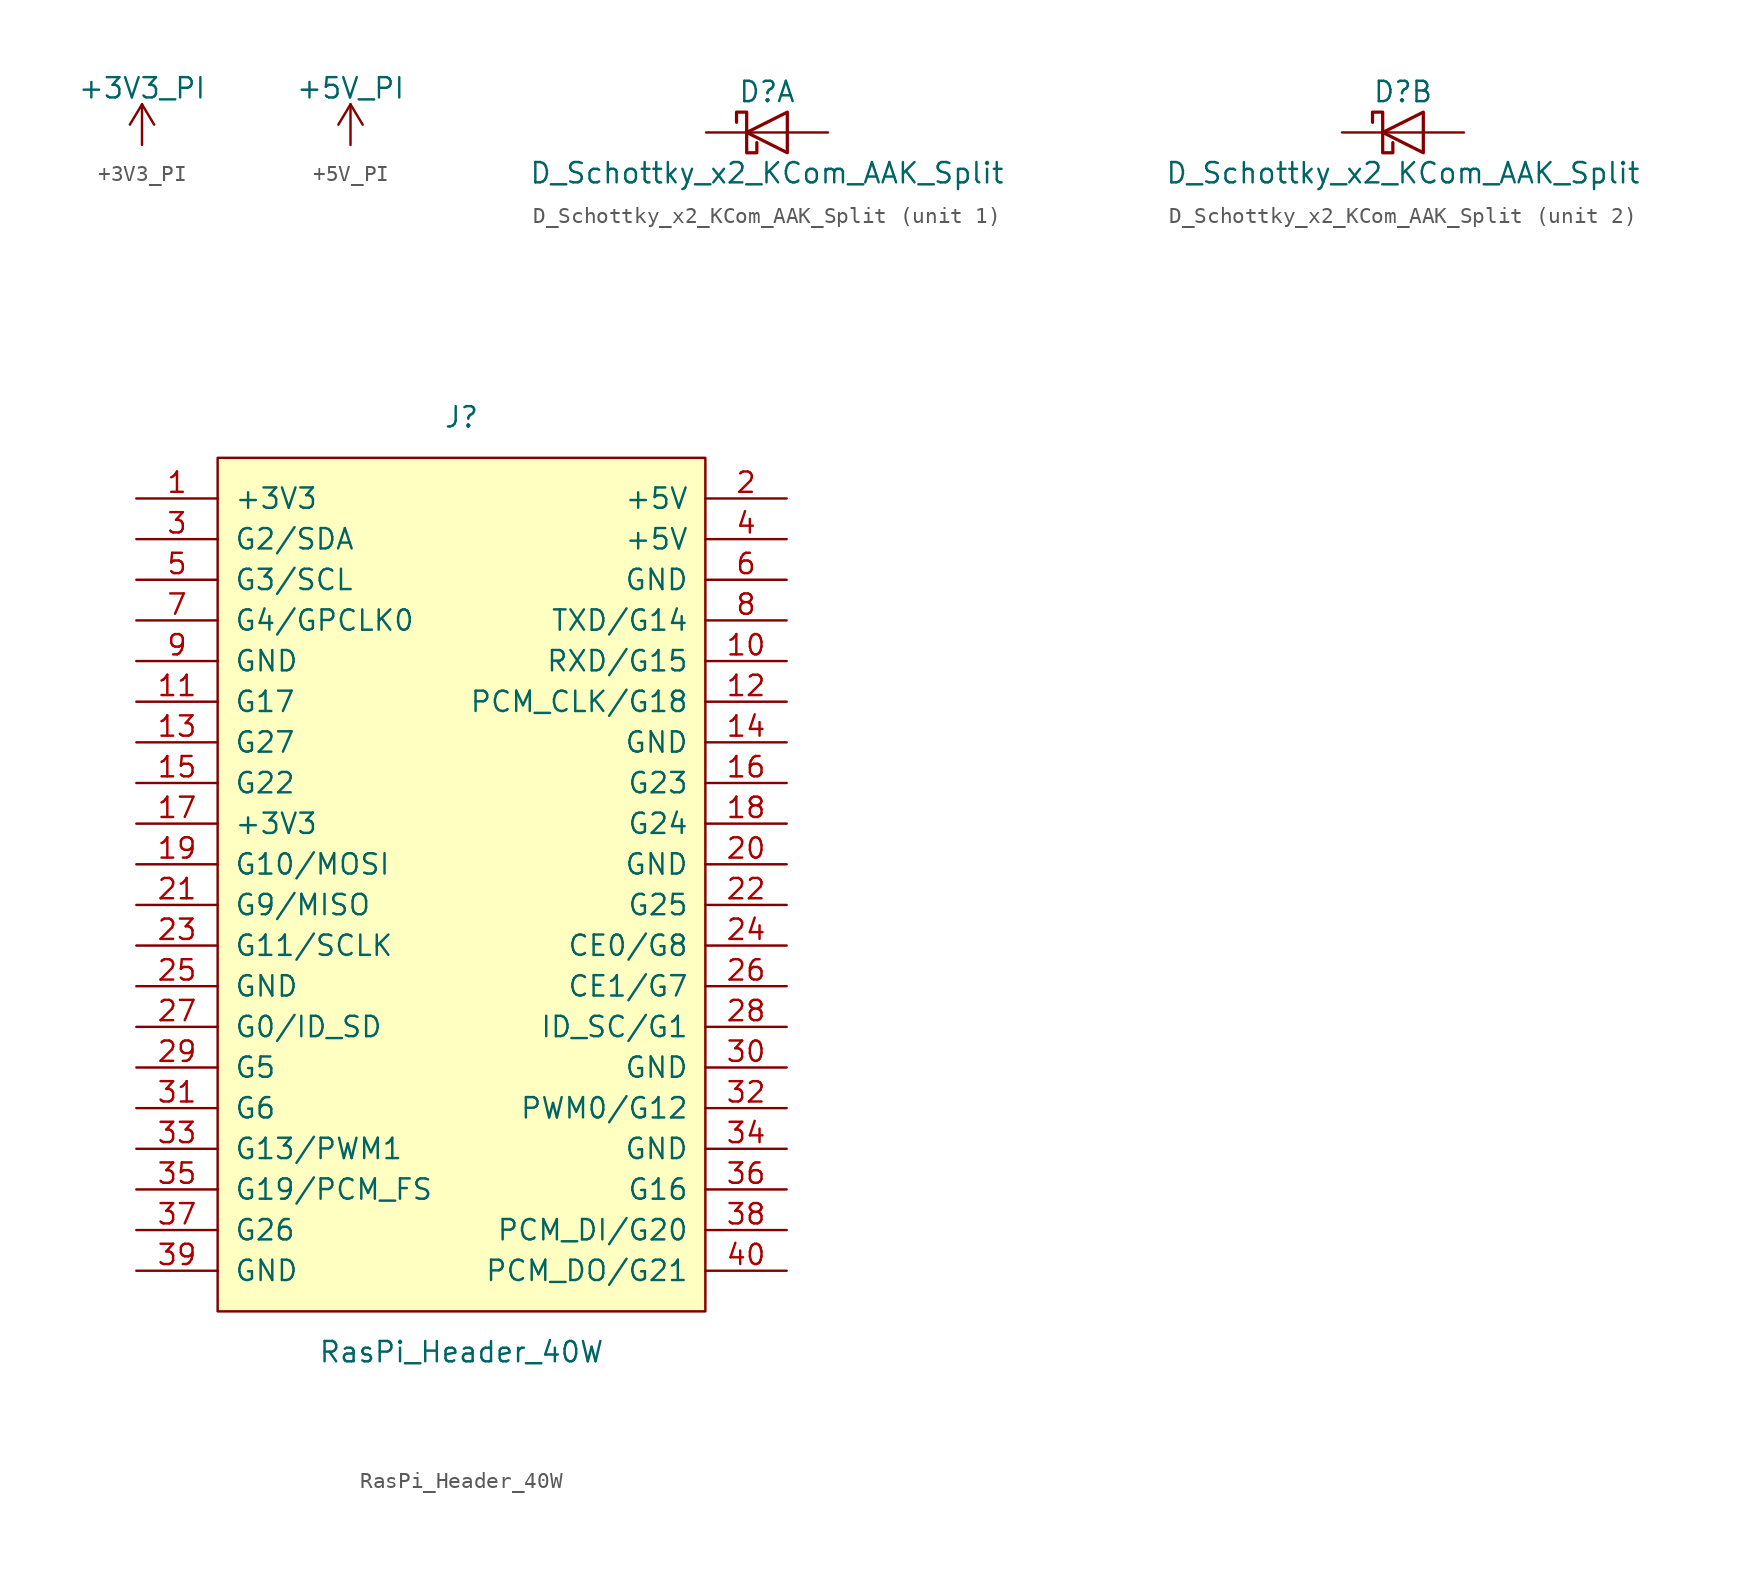
<source format=kicad_sym>
(kicad_symbol_lib
  (version 20211014)
  (generator kicad_symbol_editor)
  (symbol "+3V3_PI"
    (power)
    (pin_names
      (offset 0))
    (property "Reference" "#PWR"
      (at 0 -3.81 0)
      (effects (font (size 1.27 1.27)) hide))
    (property "Value" "+3V3_PI"
      (at 0 3.556 0)
      (effects (font (size 1.27 1.27))))
    (symbol "+3V3_PI_0_1"
      (polyline (pts (xy -0.762 1.27) (xy 0 2.54)) (stroke (width 0) (type default) (color 0 0 0 0)) (fill (type none)))
      (polyline (pts (xy 0 0) (xy 0 2.54)) (stroke (width 0) (type default) (color 0 0 0 0)) (fill (type none)))
      (polyline (pts (xy 0 2.54) (xy 0.762 1.27)) (stroke (width 0) (type default) (color 0 0 0 0)) (fill (type none))))
    (symbol "+3V3_PI_1_1"
      (pin power_in line (at 0 0 90) (length 0) hide (name "+3V3_PI" (effects (font (size 1.27 1.27)))) (number "1" (effects (font (size 1.27 1.27)))))))
  (symbol "+5V_PI"
    (power)
    (pin_names
      (offset 0))
    (property "Reference" "#PWR"
      (at 0 -3.81 0)
      (effects (font (size 1.27 1.27)) hide))
    (property "Value" "+5V_PI"
      (at 0 3.556 0)
      (effects (font (size 1.27 1.27))))
    (symbol "+5V_PI_0_1"
      (polyline (pts (xy -0.762 1.27) (xy 0 2.54)) (stroke (width 0) (type default) (color 0 0 0 0)) (fill (type none)))
      (polyline (pts (xy 0 0) (xy 0 2.54)) (stroke (width 0) (type default) (color 0 0 0 0)) (fill (type none)))
      (polyline (pts (xy 0 2.54) (xy 0.762 1.27)) (stroke (width 0) (type default) (color 0 0 0 0)) (fill (type none))))
    (symbol "+5V_PI_1_1"
      (pin power_in line (at 0 0 90) (length 0) hide (name "+5V_PI" (effects (font (size 1.27 1.27)))) (number "1" (effects (font (size 1.27 1.27)))))))
  (symbol "D_Schottky_x2_KCom_AAK_Split"
    (pin_numbers hide)
    (pin_names
      (offset 1.016) hide)
    (property "Reference" "D"
      (at 0 2.54 0)
      (effects (font (size 1.27 1.27))))
    (property "Value" "D_Schottky_x2_KCom_AAK_Split"
      (at 0 -2.54 0)
      (effects (font (size 1.27 1.27))))
    (symbol "D_Schottky_x2_KCom_AAK_Split_0_1"
      (polyline (pts (xy 1.27 0) (xy -1.27 0)) (stroke (width 0) (type default) (color 0 0 0 0)) (fill (type none)))
      (polyline (pts (xy 1.27 1.27) (xy 1.27 -1.27) (xy -1.27 0) (xy 1.27 1.27)) (stroke (width 0.203) (type default) (color 0 0 0 0)) (fill (type none)))
      (polyline (pts (xy -1.905 0.635) (xy -1.905 1.27) (xy -1.27 1.27) (xy -1.27 -1.27) (xy -0.635 -1.27) (xy -0.635 -0.635)) (stroke (width 0.203) (type default) (color 0 0 0 0)) (fill (type none))))
    (symbol "D_Schottky_x2_KCom_AAK_Split_1_1"
      (pin passive line (at 3.81 0 180) (length 2.54) (name "A" (effects (font (size 1.27 1.27)))) (number "1" (effects (font (size 1.27 1.27)))))
      (pin passive line (at -3.81 0 0) (length 2.54) (name "K" (effects (font (size 1.27 1.27)))) (number "3" (effects (font (size 1.27 1.27))))))
    (symbol "D_Schottky_x2_KCom_AAK_Split_2_1"
      (pin passive line (at 3.81 0 180) (length 2.54) (name "A" (effects (font (size 1.27 1.27)))) (number "2" (effects (font (size 1.27 1.27)))))
      (pin passive line (at -3.81 0 0) (length 2.54) (name "K" (effects (font (size 1.27 1.27)))) (number "3" (effects (font (size 1.27 1.27)))))))
  (symbol "RasPi_Header_40W"
    (pin_names
      (offset 1.016))
    (property "Reference" "J"
      (at 0 12.7 0)
      (effects (font (size 1.27 1.27))))
    (property "Value" "RasPi_Header_40W"
      (at 0 -45.72 0)
      (effects (font (size 1.27 1.27))))
    (symbol "RasPi_Header_40W_0_1"
      (rectangle (start -15.24 10.16) (end 15.24 -43.18) (stroke (width 0) (type default) (color 0 0 0 0)) (fill (type background))))
    (symbol "RasPi_Header_40W_1_1"
      (pin passive line (at -20.32 7.62 0) (length 5.08) (name "+3V3" (effects (font (size 1.27 1.27)))) (number "1" (effects (font (size 1.27 1.27)))))
      (pin tri_state line (at 20.32 -2.54 180) (length 5.08) (name "RXD/G15" (effects (font (size 1.27 1.27)))) (number "10" (effects (font (size 1.27 1.27)))))
      (pin tri_state line (at -20.32 -5.08 0) (length 5.08) (name "G17" (effects (font (size 1.27 1.27)))) (number "11" (effects (font (size 1.27 1.27)))))
      (pin tri_state line (at 20.32 -5.08 180) (length 5.08) (name "PCM_CLK/G18" (effects (font (size 1.27 1.27)))) (number "12" (effects (font (size 1.27 1.27)))))
      (pin tri_state line (at -20.32 -7.62 0) (length 5.08) (name "G27" (effects (font (size 1.27 1.27)))) (number "13" (effects (font (size 1.27 1.27)))))
      (pin passive line (at 20.32 -7.62 180) (length 5.08) (name "GND" (effects (font (size 1.27 1.27)))) (number "14" (effects (font (size 1.27 1.27)))))
      (pin tri_state line (at -20.32 -10.16 0) (length 5.08) (name "G22" (effects (font (size 1.27 1.27)))) (number "15" (effects (font (size 1.27 1.27)))))
      (pin tri_state line (at 20.32 -10.16 180) (length 5.08) (name "G23" (effects (font (size 1.27 1.27)))) (number "16" (effects (font (size 1.27 1.27)))))
      (pin passive line (at -20.32 -12.7 0) (length 5.08) (name "+3V3" (effects (font (size 1.27 1.27)))) (number "17" (effects (font (size 1.27 1.27)))))
      (pin tri_state line (at 20.32 -12.7 180) (length 5.08) (name "G24" (effects (font (size 1.27 1.27)))) (number "18" (effects (font (size 1.27 1.27)))))
      (pin tri_state line (at -20.32 -15.24 0) (length 5.08) (name "G10/MOSI" (effects (font (size 1.27 1.27)))) (number "19" (effects (font (size 1.27 1.27)))))
      (pin passive line (at 20.32 7.62 180) (length 5.08) (name "+5V" (effects (font (size 1.27 1.27)))) (number "2" (effects (font (size 1.27 1.27)))))
      (pin passive line (at 20.32 -15.24 180) (length 5.08) (name "GND" (effects (font (size 1.27 1.27)))) (number "20" (effects (font (size 1.27 1.27)))))
      (pin tri_state line (at -20.32 -17.78 0) (length 5.08) (name "G9/MISO" (effects (font (size 1.27 1.27)))) (number "21" (effects (font (size 1.27 1.27)))))
      (pin tri_state line (at 20.32 -17.78 180) (length 5.08) (name "G25" (effects (font (size 1.27 1.27)))) (number "22" (effects (font (size 1.27 1.27)))))
      (pin tri_state line (at -20.32 -20.32 0) (length 5.08) (name "G11/SCLK" (effects (font (size 1.27 1.27)))) (number "23" (effects (font (size 1.27 1.27)))))
      (pin tri_state line (at 20.32 -20.32 180) (length 5.08) (name "CE0/G8" (effects (font (size 1.27 1.27)))) (number "24" (effects (font (size 1.27 1.27)))))
      (pin passive line (at -20.32 -22.86 0) (length 5.08) (name "GND" (effects (font (size 1.27 1.27)))) (number "25" (effects (font (size 1.27 1.27)))))
      (pin tri_state line (at 20.32 -22.86 180) (length 5.08) (name "CE1/G7" (effects (font (size 1.27 1.27)))) (number "26" (effects (font (size 1.27 1.27)))))
      (pin tri_state line (at -20.32 -25.4 0) (length 5.08) (name "G0/ID_SD" (effects (font (size 1.27 1.27)))) (number "27" (effects (font (size 1.27 1.27)))))
      (pin tri_state line (at 20.32 -25.4 180) (length 5.08) (name "ID_SC/G1" (effects (font (size 1.27 1.27)))) (number "28" (effects (font (size 1.27 1.27)))))
      (pin tri_state line (at -20.32 -27.94 0) (length 5.08) (name "G5" (effects (font (size 1.27 1.27)))) (number "29" (effects (font (size 1.27 1.27)))))
      (pin tri_state line (at -20.32 5.08 0) (length 5.08) (name "G2/SDA" (effects (font (size 1.27 1.27)))) (number "3" (effects (font (size 1.27 1.27)))))
      (pin passive line (at 20.32 -27.94 180) (length 5.08) (name "GND" (effects (font (size 1.27 1.27)))) (number "30" (effects (font (size 1.27 1.27)))))
      (pin tri_state line (at -20.32 -30.48 0) (length 5.08) (name "G6" (effects (font (size 1.27 1.27)))) (number "31" (effects (font (size 1.27 1.27)))))
      (pin tri_state line (at 20.32 -30.48 180) (length 5.08) (name "PWM0/G12" (effects (font (size 1.27 1.27)))) (number "32" (effects (font (size 1.27 1.27)))))
      (pin tri_state line (at -20.32 -33.02 0) (length 5.08) (name "G13/PWM1" (effects (font (size 1.27 1.27)))) (number "33" (effects (font (size 1.27 1.27)))))
      (pin passive line (at 20.32 -33.02 180) (length 5.08) (name "GND" (effects (font (size 1.27 1.27)))) (number "34" (effects (font (size 1.27 1.27)))))
      (pin tri_state line (at -20.32 -35.56 0) (length 5.08) (name "G19/PCM_FS" (effects (font (size 1.27 1.27)))) (number "35" (effects (font (size 1.27 1.27)))))
      (pin tri_state line (at 20.32 -35.56 180) (length 5.08) (name "G16" (effects (font (size 1.27 1.27)))) (number "36" (effects (font (size 1.27 1.27)))))
      (pin tri_state line (at -20.32 -38.1 0) (length 5.08) (name "G26" (effects (font (size 1.27 1.27)))) (number "37" (effects (font (size 1.27 1.27)))))
      (pin tri_state line (at 20.32 -38.1 180) (length 5.08) (name "PCM_DI/G20" (effects (font (size 1.27 1.27)))) (number "38" (effects (font (size 1.27 1.27)))))
      (pin passive line (at -20.32 -40.64 0) (length 5.08) (name "GND" (effects (font (size 1.27 1.27)))) (number "39" (effects (font (size 1.27 1.27)))))
      (pin passive line (at 20.32 5.08 180) (length 5.08) (name "+5V" (effects (font (size 1.27 1.27)))) (number "4" (effects (font (size 1.27 1.27)))))
      (pin tri_state line (at 20.32 -40.64 180) (length 5.08) (name "PCM_DO/G21" (effects (font (size 1.27 1.27)))) (number "40" (effects (font (size 1.27 1.27)))))
      (pin tri_state line (at -20.32 2.54 0) (length 5.08) (name "G3/SCL" (effects (font (size 1.27 1.27)))) (number "5" (effects (font (size 1.27 1.27)))))
      (pin passive line (at 20.32 2.54 180) (length 5.08) (name "GND" (effects (font (size 1.27 1.27)))) (number "6" (effects (font (size 1.27 1.27)))))
      (pin tri_state line (at -20.32 0 0) (length 5.08) (name "G4/GPCLK0" (effects (font (size 1.27 1.27)))) (number "7" (effects (font (size 1.27 1.27)))))
      (pin tri_state line (at 20.32 0 180) (length 5.08) (name "TXD/G14" (effects (font (size 1.27 1.27)))) (number "8" (effects (font (size 1.27 1.27)))))
      (pin passive line (at -20.32 -2.54 0) (length 5.08) (name "GND" (effects (font (size 1.27 1.27)))) (number "9" (effects (font (size 1.27 1.27))))))))
</source>
